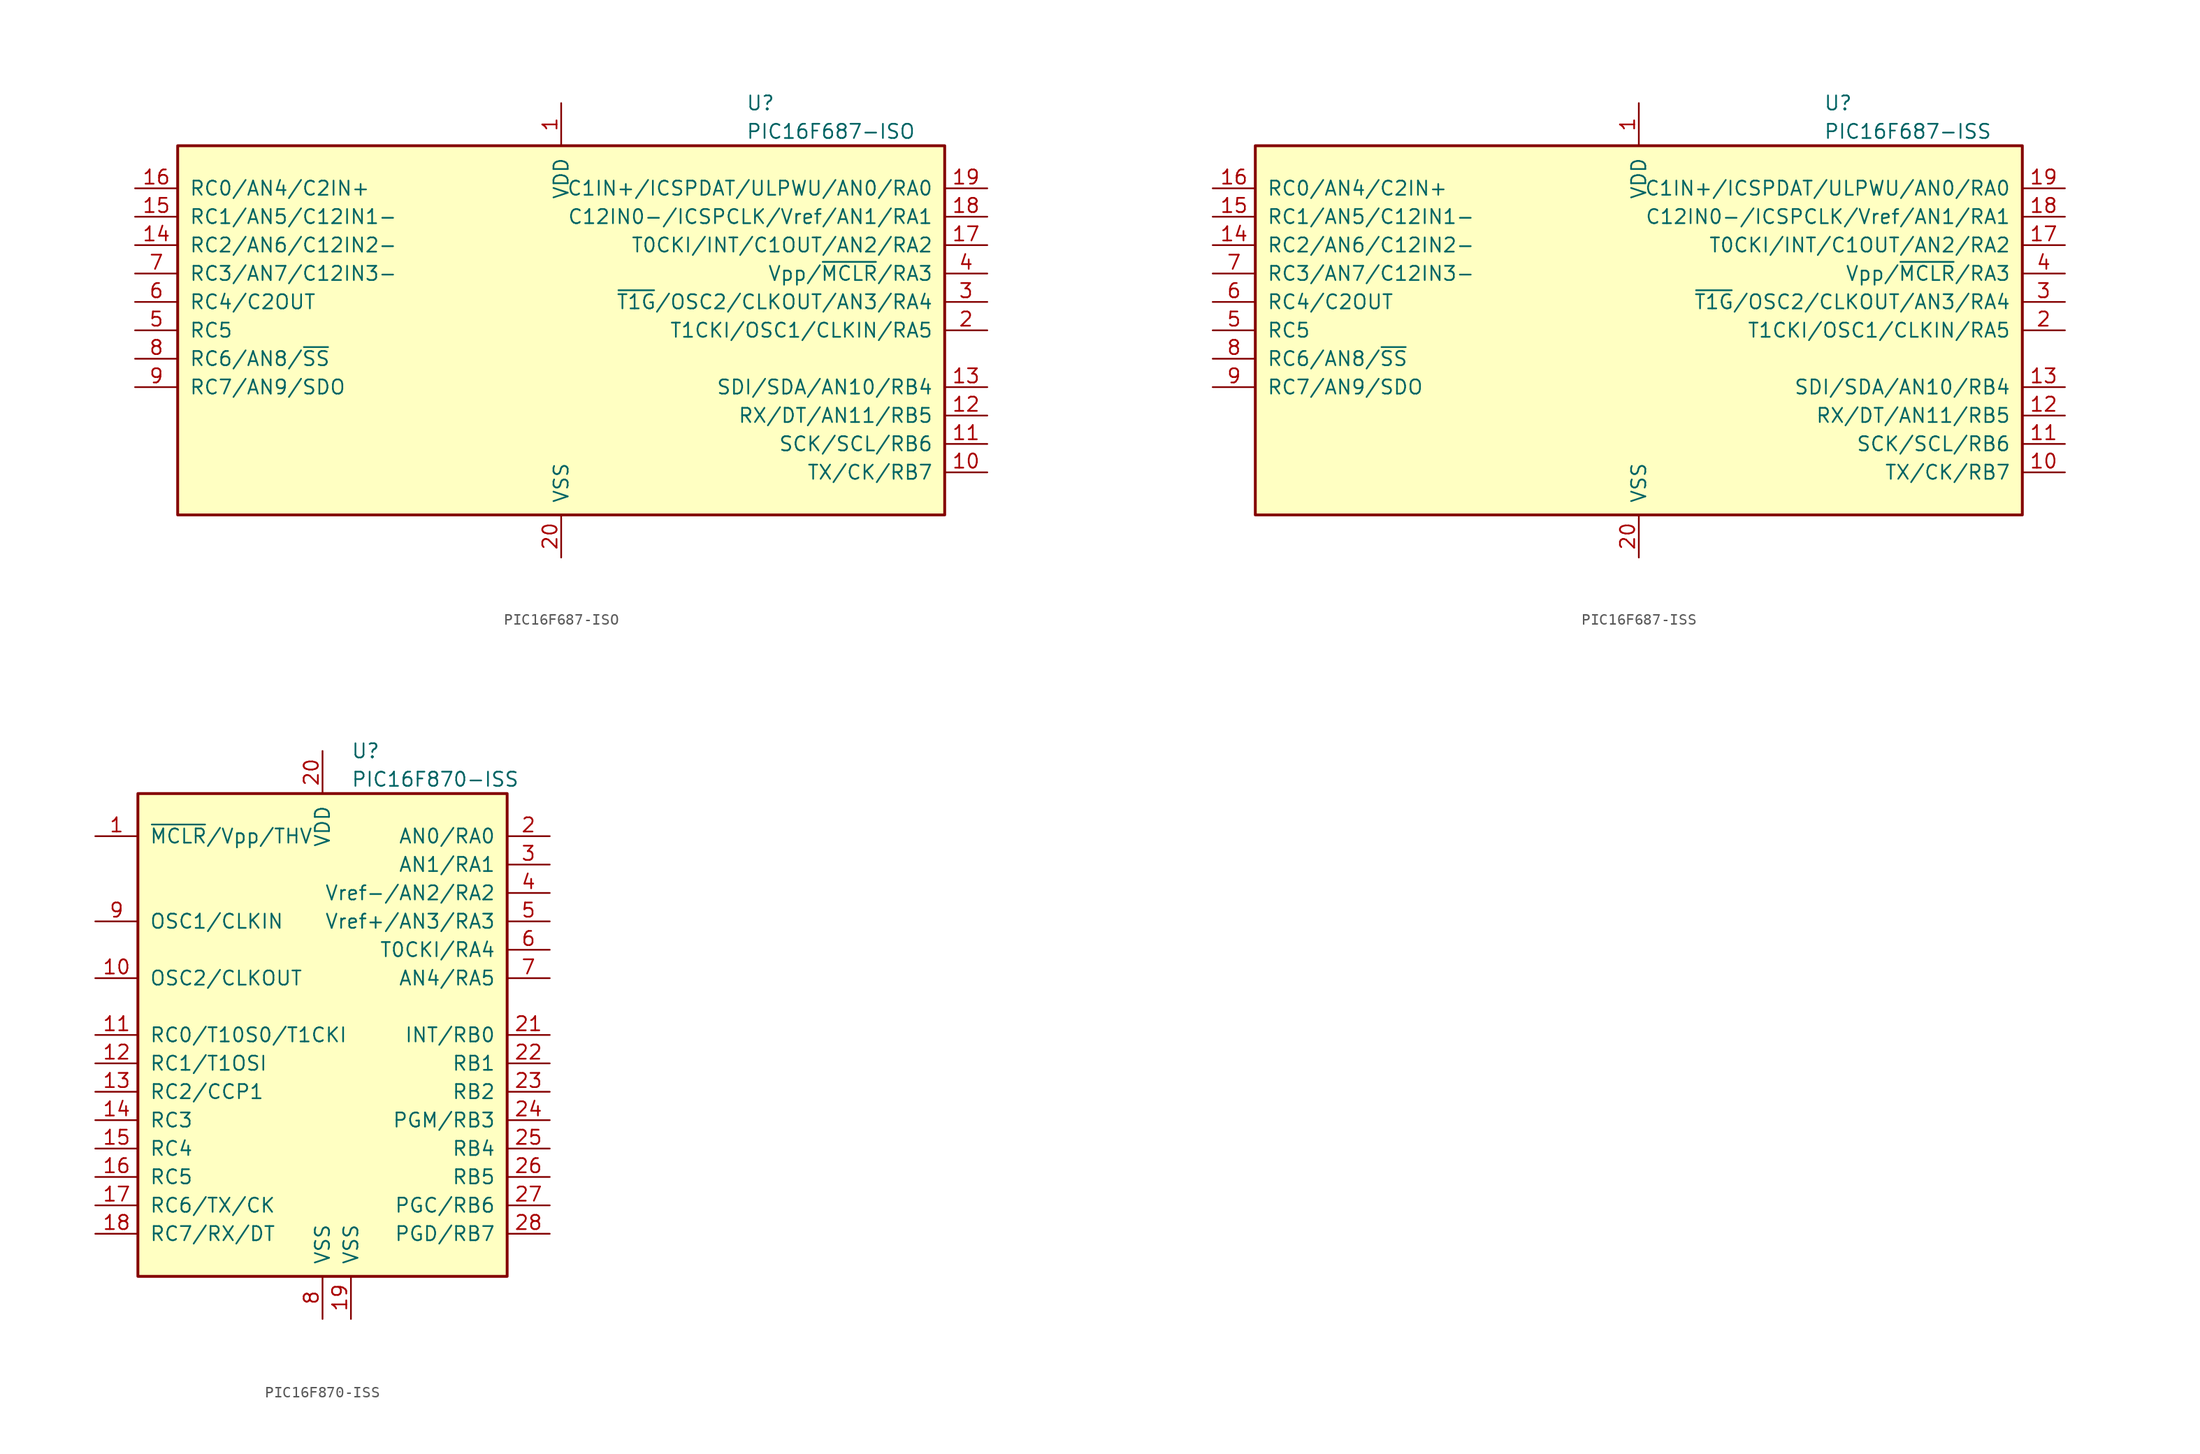
<source format=kicad_sym>
(kicad_symbol_lib
  (version 20201005)
  (generator kicad_symbol_editor)
  (symbol "MCU_Microchip_PIC16:PIC16F687-ISO"
    (pin_names
      (offset 1.016))
    (property "Reference" "U"
      (at 16.51 20.32 0)
      (effects (font (size 1.27 1.27)) (justify left)))
    (property "Value" "PIC16F687-ISO"
      (at 16.51 17.78 0)
      (effects (font (size 1.27 1.27)) (justify left)))
    (symbol "PIC16F687-ISO_0_1"
      (rectangle (start -34.29 16.51) (end 34.29 -16.51) (stroke (width 0.254)) (fill (type background))))
    (symbol "PIC16F687-ISO_1_1"
      (pin power_in line (at 0 20.32 270) (length 3.81) (name "VDD" (effects (font (size 1.27 1.27)))) (number "1" (effects (font (size 1.27 1.27)))))
      (pin bidirectional line (at 38.1 -12.7 180) (length 3.81) (name "TX/CK/RB7" (effects (font (size 1.27 1.27)))) (number "10" (effects (font (size 1.27 1.27)))))
      (pin bidirectional line (at 38.1 -10.16 180) (length 3.81) (name "SCK/SCL/RB6" (effects (font (size 1.27 1.27)))) (number "11" (effects (font (size 1.27 1.27)))))
      (pin bidirectional line (at 38.1 -7.62 180) (length 3.81) (name "RX/DT/AN11/RB5" (effects (font (size 1.27 1.27)))) (number "12" (effects (font (size 1.27 1.27)))))
      (pin bidirectional line (at 38.1 -5.08 180) (length 3.81) (name "SDI/SDA/AN10/RB4" (effects (font (size 1.27 1.27)))) (number "13" (effects (font (size 1.27 1.27)))))
      (pin bidirectional line (at -38.1 7.62 0) (length 3.81) (name "RC2/AN6/C12IN2-" (effects (font (size 1.27 1.27)))) (number "14" (effects (font (size 1.27 1.27)))))
      (pin bidirectional line (at -38.1 10.16 0) (length 3.81) (name "RC1/AN5/C12IN1-" (effects (font (size 1.27 1.27)))) (number "15" (effects (font (size 1.27 1.27)))))
      (pin bidirectional line (at -38.1 12.7 0) (length 3.81) (name "RC0/AN4/C2IN+" (effects (font (size 1.27 1.27)))) (number "16" (effects (font (size 1.27 1.27)))))
      (pin bidirectional line (at 38.1 7.62 180) (length 3.81) (name "T0CKI/INT/C1OUT/AN2/RA2" (effects (font (size 1.27 1.27)))) (number "17" (effects (font (size 1.27 1.27)))))
      (pin bidirectional line (at 38.1 10.16 180) (length 3.81) (name "C12IN0-/ICSPCLK/Vref/AN1/RA1" (effects (font (size 1.27 1.27)))) (number "18" (effects (font (size 1.27 1.27)))))
      (pin bidirectional line (at 38.1 12.7 180) (length 3.81) (name "C1IN+/ICSPDAT/ULPWU/AN0/RA0" (effects (font (size 1.27 1.27)))) (number "19" (effects (font (size 1.27 1.27)))))
      (pin bidirectional line (at 38.1 0 180) (length 3.81) (name "T1CKI/OSC1/CLKIN/RA5" (effects (font (size 1.27 1.27)))) (number "2" (effects (font (size 1.27 1.27)))))
      (pin power_in line (at 0 -20.32 90) (length 3.81) (name "VSS" (effects (font (size 1.27 1.27)))) (number "20" (effects (font (size 1.27 1.27)))))
      (pin bidirectional line (at 38.1 2.54 180) (length 3.81) (name "~T1G~/OSC2/CLKOUT/AN3/RA4" (effects (font (size 1.27 1.27)))) (number "3" (effects (font (size 1.27 1.27)))))
      (pin input line (at 38.1 5.08 180) (length 3.81) (name "Vpp/~MCLR~/RA3" (effects (font (size 1.27 1.27)))) (number "4" (effects (font (size 1.27 1.27)))))
      (pin bidirectional line (at -38.1 0 0) (length 3.81) (name "RC5" (effects (font (size 1.27 1.27)))) (number "5" (effects (font (size 1.27 1.27)))))
      (pin bidirectional line (at -38.1 2.54 0) (length 3.81) (name "RC4/C2OUT" (effects (font (size 1.27 1.27)))) (number "6" (effects (font (size 1.27 1.27)))))
      (pin bidirectional line (at -38.1 5.08 0) (length 3.81) (name "RC3/AN7/C12IN3-" (effects (font (size 1.27 1.27)))) (number "7" (effects (font (size 1.27 1.27)))))
      (pin bidirectional line (at -38.1 -2.54 0) (length 3.81) (name "RC6/AN8/~SS~" (effects (font (size 1.27 1.27)))) (number "8" (effects (font (size 1.27 1.27)))))
      (pin bidirectional line (at -38.1 -5.08 0) (length 3.81) (name "RC7/AN9/SDO" (effects (font (size 1.27 1.27)))) (number "9" (effects (font (size 1.27 1.27)))))))
  (symbol "MCU_Microchip_PIC16:PIC16F687-ISS"
    (pin_names
      (offset 1.016))
    (property "Reference" "U"
      (at 16.51 20.32 0)
      (effects (font (size 1.27 1.27)) (justify left)))
    (property "Value" "PIC16F687-ISS"
      (at 16.51 17.78 0)
      (effects (font (size 1.27 1.27)) (justify left)))
    (symbol "PIC16F687-ISS_0_1"
      (rectangle (start -34.29 16.51) (end 34.29 -16.51) (stroke (width 0.254)) (fill (type background))))
    (symbol "PIC16F687-ISS_1_1"
      (pin power_in line (at 0 20.32 270) (length 3.81) (name "VDD" (effects (font (size 1.27 1.27)))) (number "1" (effects (font (size 1.27 1.27)))))
      (pin bidirectional line (at 38.1 -12.7 180) (length 3.81) (name "TX/CK/RB7" (effects (font (size 1.27 1.27)))) (number "10" (effects (font (size 1.27 1.27)))))
      (pin bidirectional line (at 38.1 -10.16 180) (length 3.81) (name "SCK/SCL/RB6" (effects (font (size 1.27 1.27)))) (number "11" (effects (font (size 1.27 1.27)))))
      (pin bidirectional line (at 38.1 -7.62 180) (length 3.81) (name "RX/DT/AN11/RB5" (effects (font (size 1.27 1.27)))) (number "12" (effects (font (size 1.27 1.27)))))
      (pin bidirectional line (at 38.1 -5.08 180) (length 3.81) (name "SDI/SDA/AN10/RB4" (effects (font (size 1.27 1.27)))) (number "13" (effects (font (size 1.27 1.27)))))
      (pin bidirectional line (at -38.1 7.62 0) (length 3.81) (name "RC2/AN6/C12IN2-" (effects (font (size 1.27 1.27)))) (number "14" (effects (font (size 1.27 1.27)))))
      (pin bidirectional line (at -38.1 10.16 0) (length 3.81) (name "RC1/AN5/C12IN1-" (effects (font (size 1.27 1.27)))) (number "15" (effects (font (size 1.27 1.27)))))
      (pin bidirectional line (at -38.1 12.7 0) (length 3.81) (name "RC0/AN4/C2IN+" (effects (font (size 1.27 1.27)))) (number "16" (effects (font (size 1.27 1.27)))))
      (pin bidirectional line (at 38.1 7.62 180) (length 3.81) (name "T0CKI/INT/C1OUT/AN2/RA2" (effects (font (size 1.27 1.27)))) (number "17" (effects (font (size 1.27 1.27)))))
      (pin bidirectional line (at 38.1 10.16 180) (length 3.81) (name "C12IN0-/ICSPCLK/Vref/AN1/RA1" (effects (font (size 1.27 1.27)))) (number "18" (effects (font (size 1.27 1.27)))))
      (pin bidirectional line (at 38.1 12.7 180) (length 3.81) (name "C1IN+/ICSPDAT/ULPWU/AN0/RA0" (effects (font (size 1.27 1.27)))) (number "19" (effects (font (size 1.27 1.27)))))
      (pin bidirectional line (at 38.1 0 180) (length 3.81) (name "T1CKI/OSC1/CLKIN/RA5" (effects (font (size 1.27 1.27)))) (number "2" (effects (font (size 1.27 1.27)))))
      (pin power_in line (at 0 -20.32 90) (length 3.81) (name "VSS" (effects (font (size 1.27 1.27)))) (number "20" (effects (font (size 1.27 1.27)))))
      (pin bidirectional line (at 38.1 2.54 180) (length 3.81) (name "~T1G~/OSC2/CLKOUT/AN3/RA4" (effects (font (size 1.27 1.27)))) (number "3" (effects (font (size 1.27 1.27)))))
      (pin input line (at 38.1 5.08 180) (length 3.81) (name "Vpp/~MCLR~/RA3" (effects (font (size 1.27 1.27)))) (number "4" (effects (font (size 1.27 1.27)))))
      (pin bidirectional line (at -38.1 0 0) (length 3.81) (name "RC5" (effects (font (size 1.27 1.27)))) (number "5" (effects (font (size 1.27 1.27)))))
      (pin bidirectional line (at -38.1 2.54 0) (length 3.81) (name "RC4/C2OUT" (effects (font (size 1.27 1.27)))) (number "6" (effects (font (size 1.27 1.27)))))
      (pin bidirectional line (at -38.1 5.08 0) (length 3.81) (name "RC3/AN7/C12IN3-" (effects (font (size 1.27 1.27)))) (number "7" (effects (font (size 1.27 1.27)))))
      (pin bidirectional line (at -38.1 -2.54 0) (length 3.81) (name "RC6/AN8/~SS~" (effects (font (size 1.27 1.27)))) (number "8" (effects (font (size 1.27 1.27)))))
      (pin bidirectional line (at -38.1 -5.08 0) (length 3.81) (name "RC7/AN9/SDO" (effects (font (size 1.27 1.27)))) (number "9" (effects (font (size 1.27 1.27)))))))
  (symbol "MCU_Microchip_PIC16:PIC16F870-ISS"
    (pin_names
      (offset 1.016))
    (property "Reference" "U"
      (at 2.54 25.4 0)
      (effects (font (size 1.27 1.27)) (justify left)))
    (property "Value" "PIC16F870-ISS"
      (at 2.54 22.86 0)
      (effects (font (size 1.27 1.27)) (justify left)))
    (symbol "PIC16F870-ISS_0_1"
      (rectangle (start -16.51 -21.59) (end 16.51 21.59) (stroke (width 0.254)) (fill (type background))))
    (symbol "PIC16F870-ISS_1_1"
      (pin input line (at -20.32 17.78 0) (length 3.81) (name "~MCLR~/Vpp/THV" (effects (font (size 1.27 1.27)))) (number "1" (effects (font (size 1.27 1.27)))))
      (pin output line (at -20.32 5.08 0) (length 3.81) (name "OSC2/CLKOUT" (effects (font (size 1.27 1.27)))) (number "10" (effects (font (size 1.27 1.27)))))
      (pin bidirectional line (at -20.32 0 0) (length 3.81) (name "RC0/T10S0/T1CKI" (effects (font (size 1.27 1.27)))) (number "11" (effects (font (size 1.27 1.27)))))
      (pin bidirectional line (at -20.32 -2.54 0) (length 3.81) (name "RC1/T1OSI" (effects (font (size 1.27 1.27)))) (number "12" (effects (font (size 1.27 1.27)))))
      (pin bidirectional line (at -20.32 -5.08 0) (length 3.81) (name "RC2/CCP1" (effects (font (size 1.27 1.27)))) (number "13" (effects (font (size 1.27 1.27)))))
      (pin bidirectional line (at -20.32 -7.62 0) (length 3.81) (name "RC3" (effects (font (size 1.27 1.27)))) (number "14" (effects (font (size 1.27 1.27)))))
      (pin bidirectional line (at -20.32 -10.16 0) (length 3.81) (name "RC4" (effects (font (size 1.27 1.27)))) (number "15" (effects (font (size 1.27 1.27)))))
      (pin bidirectional line (at -20.32 -12.7 0) (length 3.81) (name "RC5" (effects (font (size 1.27 1.27)))) (number "16" (effects (font (size 1.27 1.27)))))
      (pin bidirectional line (at -20.32 -15.24 0) (length 3.81) (name "RC6/TX/CK" (effects (font (size 1.27 1.27)))) (number "17" (effects (font (size 1.27 1.27)))))
      (pin bidirectional line (at -20.32 -17.78 0) (length 3.81) (name "RC7/RX/DT" (effects (font (size 1.27 1.27)))) (number "18" (effects (font (size 1.27 1.27)))))
      (pin power_in line (at 2.54 -25.4 90) (length 3.81) (name "VSS" (effects (font (size 1.27 1.27)))) (number "19" (effects (font (size 1.27 1.27)))))
      (pin bidirectional line (at 20.32 17.78 180) (length 3.81) (name "AN0/RA0" (effects (font (size 1.27 1.27)))) (number "2" (effects (font (size 1.27 1.27)))))
      (pin power_in line (at 0 25.4 270) (length 3.81) (name "VDD" (effects (font (size 1.27 1.27)))) (number "20" (effects (font (size 1.27 1.27)))))
      (pin bidirectional line (at 20.32 0 180) (length 3.81) (name "INT/RB0" (effects (font (size 1.27 1.27)))) (number "21" (effects (font (size 1.27 1.27)))))
      (pin bidirectional line (at 20.32 -2.54 180) (length 3.81) (name "RB1" (effects (font (size 1.27 1.27)))) (number "22" (effects (font (size 1.27 1.27)))))
      (pin bidirectional line (at 20.32 -5.08 180) (length 3.81) (name "RB2" (effects (font (size 1.27 1.27)))) (number "23" (effects (font (size 1.27 1.27)))))
      (pin bidirectional line (at 20.32 -7.62 180) (length 3.81) (name "PGM/RB3" (effects (font (size 1.27 1.27)))) (number "24" (effects (font (size 1.27 1.27)))))
      (pin bidirectional line (at 20.32 -10.16 180) (length 3.81) (name "RB4" (effects (font (size 1.27 1.27)))) (number "25" (effects (font (size 1.27 1.27)))))
      (pin bidirectional line (at 20.32 -12.7 180) (length 3.81) (name "RB5" (effects (font (size 1.27 1.27)))) (number "26" (effects (font (size 1.27 1.27)))))
      (pin bidirectional line (at 20.32 -15.24 180) (length 3.81) (name "PGC/RB6" (effects (font (size 1.27 1.27)))) (number "27" (effects (font (size 1.27 1.27)))))
      (pin bidirectional line (at 20.32 -17.78 180) (length 3.81) (name "PGD/RB7" (effects (font (size 1.27 1.27)))) (number "28" (effects (font (size 1.27 1.27)))))
      (pin bidirectional line (at 20.32 15.24 180) (length 3.81) (name "AN1/RA1" (effects (font (size 1.27 1.27)))) (number "3" (effects (font (size 1.27 1.27)))))
      (pin bidirectional line (at 20.32 12.7 180) (length 3.81) (name "Vref-/AN2/RA2" (effects (font (size 1.27 1.27)))) (number "4" (effects (font (size 1.27 1.27)))))
      (pin bidirectional line (at 20.32 10.16 180) (length 3.81) (name "Vref+/AN3/RA3" (effects (font (size 1.27 1.27)))) (number "5" (effects (font (size 1.27 1.27)))))
      (pin bidirectional line (at 20.32 7.62 180) (length 3.81) (name "T0CKI/RA4" (effects (font (size 1.27 1.27)))) (number "6" (effects (font (size 1.27 1.27)))))
      (pin bidirectional line (at 20.32 5.08 180) (length 3.81) (name "AN4/RA5" (effects (font (size 1.27 1.27)))) (number "7" (effects (font (size 1.27 1.27)))))
      (pin power_in line (at 0 -25.4 90) (length 3.81) (name "VSS" (effects (font (size 1.27 1.27)))) (number "8" (effects (font (size 1.27 1.27)))))
      (pin input line (at -20.32 10.16 0) (length 3.81) (name "OSC1/CLKIN" (effects (font (size 1.27 1.27)))) (number "9" (effects (font (size 1.27 1.27))))))))
</source>
